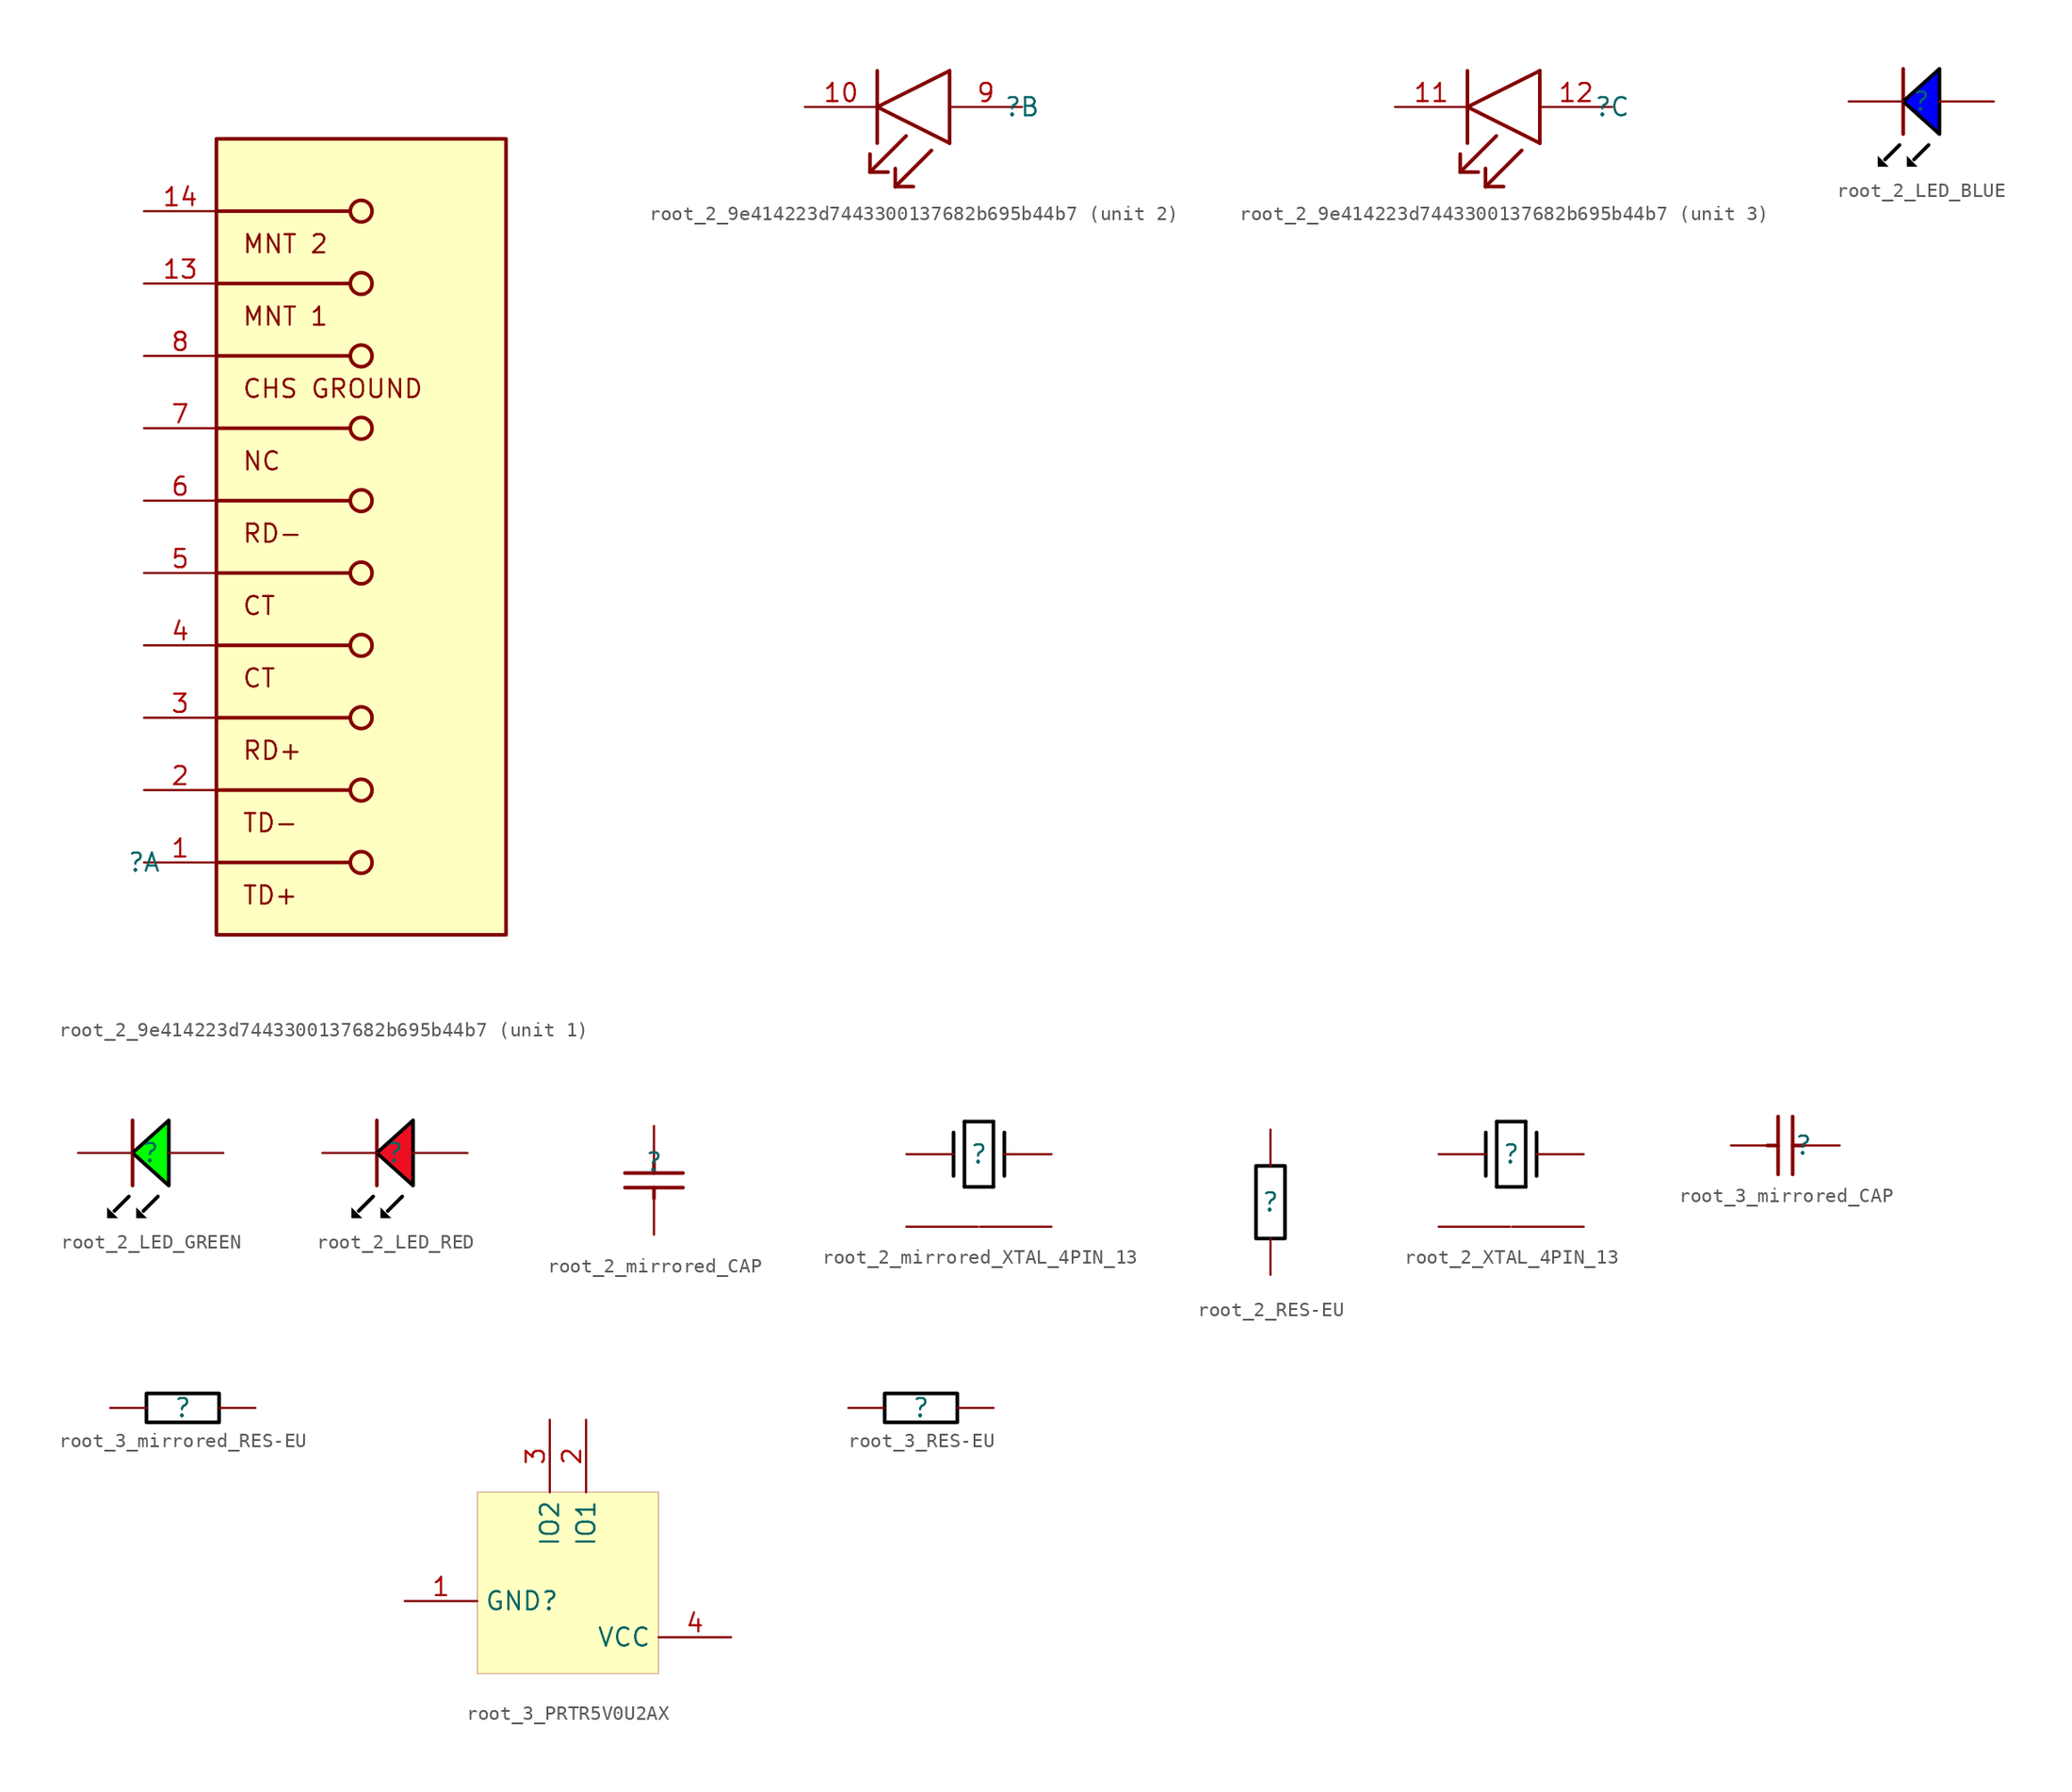
<source format=kicad_sym>
(kicad_symbol_lib
  (version 20231120)
  (generator "kicad_symbol_editor")
  (generator_version "8.0")
  (symbol "root_2_9e414223d7443300137682b695b44b7"
    (property "Reference" ""
      (at 0 0 0)
      (effects (font (size 1.27 1.27))))
    (property "Value" ""
      (at 0 0 0)
      (effects (font (size 1.27 1.27))))
    (symbol "root_2_9e414223d7443300137682b695b44b7_1_0"
      (polyline (pts (xy 14.478 0) (xy 5.08 0)) (stroke (width 0.254) (type solid)) (fill (type none)))
      (polyline (pts (xy 14.478 5.08) (xy 5.08 5.08)) (stroke (width 0.254) (type solid)) (fill (type none)))
      (polyline (pts (xy 14.478 10.16) (xy 5.08 10.16)) (stroke (width 0.254) (type solid)) (fill (type none)))
      (polyline (pts (xy 14.478 15.24) (xy 5.08 15.24)) (stroke (width 0.254) (type solid)) (fill (type none)))
      (polyline (pts (xy 14.478 20.32) (xy 5.08 20.32)) (stroke (width 0.254) (type solid)) (fill (type none)))
      (polyline (pts (xy 14.478 25.4) (xy 5.08 25.4)) (stroke (width 0.254) (type solid)) (fill (type none)))
      (polyline (pts (xy 14.478 30.48) (xy 5.08 30.48)) (stroke (width 0.254) (type solid)) (fill (type none)))
      (polyline (pts (xy 14.478 35.56) (xy 5.08 35.56)) (stroke (width 0.254) (type solid)) (fill (type none)))
      (polyline (pts (xy 14.478 40.64) (xy 5.08 40.64)) (stroke (width 0.254) (type solid)) (fill (type none)))
      (polyline (pts (xy 14.478 45.72) (xy 5.08 45.72)) (stroke (width 0.254) (type solid)) (fill (type none)))
      (circle (center 15.24 0) (radius 0.762) (stroke (width 0.254) (type solid)) (fill (type none)))
      (circle (center 15.24 5.08) (radius 0.762) (stroke (width 0.254) (type solid)) (fill (type none)))
      (circle (center 15.24 10.16) (radius 0.762) (stroke (width 0.254) (type solid)) (fill (type none)))
      (circle (center 15.24 15.24) (radius 0.762) (stroke (width 0.254) (type solid)) (fill (type none)))
      (circle (center 15.24 20.32) (radius 0.762) (stroke (width 0.254) (type solid)) (fill (type none)))
      (circle (center 15.24 25.4) (radius 0.762) (stroke (width 0.254) (type solid)) (fill (type none)))
      (circle (center 15.24 30.48) (radius 0.762) (stroke (width 0.254) (type solid)) (fill (type none)))
      (circle (center 15.24 35.56) (radius 0.762) (stroke (width 0.254) (type solid)) (fill (type none)))
      (circle (center 15.24 40.64) (radius 0.762) (stroke (width 0.254) (type solid)) (fill (type none)))
      (circle (center 15.24 45.72) (radius 0.762) (stroke (width 0.254) (type solid)) (fill (type none)))
      (rectangle (start 25.4 50.8) (end 5.08 -5.08) (stroke (width 0.254) (type solid) (color 128 0 0 1)) (fill (type background)))
      (text "CHS GROUND" (at 6.858 32.512 0) (effects (font (size 1.27 1.27)) (justify left bottom)))
      (text "CT" (at 6.858 12.192 0) (effects (font (size 1.27 1.27)) (justify left bottom)))
      (text "CT" (at 6.858 17.272 0) (effects (font (size 1.27 1.27)) (justify left bottom)))
      (text "MNT 1" (at 6.858 37.592 0) (effects (font (size 1.27 1.27)) (justify left bottom)))
      (text "MNT 2" (at 6.858 42.672 0) (effects (font (size 1.27 1.27)) (justify left bottom)))
      (text "NC" (at 6.858 27.432 0) (effects (font (size 1.27 1.27)) (justify left bottom)))
      (text "RD+" (at 6.858 7.112 0) (effects (font (size 1.27 1.27)) (justify left bottom)))
      (text "RD-" (at 6.858 22.352 0) (effects (font (size 1.27 1.27)) (justify left bottom)))
      (text "TD+" (at 6.858 -3.048 0) (effects (font (size 1.27 1.27)) (justify left bottom)))
      (text "TD-" (at 6.858 2.032 0) (effects (font (size 1.27 1.27)) (justify left bottom)))
      (pin passive line (at 0 0 0) (length 5.08) (name "TD+" (effects (font (size 0 0)))) (number "1" (effects (font (size 1.27 1.27)))))
      (pin passive line (at 0 40.64 0) (length 5.08) (name "MNT_1" (effects (font (size 0 0)))) (number "13" (effects (font (size 1.27 1.27)))))
      (pin passive line (at 0 45.72 0) (length 5.08) (name "MNT_2" (effects (font (size 0 0)))) (number "14" (effects (font (size 1.27 1.27)))))
      (pin passive line (at 0 5.08 0) (length 5.08) (name "TD-" (effects (font (size 0 0)))) (number "2" (effects (font (size 1.27 1.27)))))
      (pin passive line (at 0 10.16 0) (length 5.08) (name "RD+" (effects (font (size 0 0)))) (number "3" (effects (font (size 1.27 1.27)))))
      (pin passive line (at 0 15.24 0) (length 5.08) (name "CT" (effects (font (size 0 0)))) (number "4" (effects (font (size 1.27 1.27)))))
      (pin passive line (at 0 20.32 0) (length 5.08) (name "CT" (effects (font (size 0 0)))) (number "5" (effects (font (size 1.27 1.27)))))
      (pin passive line (at 0 25.4 0) (length 5.08) (name "RD-" (effects (font (size 0 0)))) (number "6" (effects (font (size 1.27 1.27)))))
      (pin passive line (at 0 30.48 0) (length 5.08) (name "NC" (effects (font (size 0 0)))) (number "7" (effects (font (size 1.27 1.27)))))
      (pin passive line (at 0 35.56 0) (length 5.08) (name "CHS_GROUND" (effects (font (size 0 0)))) (number "8" (effects (font (size 1.27 1.27))))))
    (symbol "root_2_9e414223d7443300137682b695b44b7_2_0"
      (polyline (pts (xy -10.668 -4.572) (xy -10.668 -3.302)) (stroke (width 0.254) (type solid)) (fill (type none)))
      (polyline (pts (xy -10.668 -4.572) (xy -9.398 -4.572)) (stroke (width 0.254) (type solid)) (fill (type none)))
      (polyline (pts (xy -10.16 -2.54) (xy -10.16 2.54)) (stroke (width 0.254) (type solid)) (fill (type none)))
      (polyline (pts (xy -8.89 -5.588) (xy -8.89 -4.318)) (stroke (width 0.254) (type solid)) (fill (type none)))
      (polyline (pts (xy -8.89 -5.588) (xy -7.62 -5.588)) (stroke (width 0.254) (type solid)) (fill (type none)))
      (polyline (pts (xy -8.128 -2.032) (xy -10.668 -4.572)) (stroke (width 0.254) (type solid)) (fill (type none)))
      (polyline (pts (xy -6.35 -3.048) (xy -8.89 -5.588)) (stroke (width 0.254) (type solid)) (fill (type none)))
      (polyline (pts (xy -5.08 -2.54) (xy -10.16 0)) (stroke (width 0.254) (type solid)) (fill (type none)))
      (polyline (pts (xy -5.08 -2.54) (xy -5.08 2.54)) (stroke (width 0.254) (type solid)) (fill (type none)))
      (polyline (pts (xy -5.08 2.54) (xy -10.16 0)) (stroke (width 0.254) (type solid)) (fill (type none)))
      (pin passive line (at -15.24 0 0) (length 5.08) (name "GREEN_C" (effects (font (size 0 0)))) (number "10" (effects (font (size 1.27 1.27)))))
      (pin passive line (at 0 0 180) (length 5.08) (name "GREEN_A" (effects (font (size 0 0)))) (number "9" (effects (font (size 1.27 1.27))))))
    (symbol "root_2_9e414223d7443300137682b695b44b7_3_0"
      (polyline (pts (xy -10.668 -4.572) (xy -10.668 -3.302)) (stroke (width 0.254) (type solid)) (fill (type none)))
      (polyline (pts (xy -10.668 -4.572) (xy -9.398 -4.572)) (stroke (width 0.254) (type solid)) (fill (type none)))
      (polyline (pts (xy -10.16 -2.54) (xy -10.16 2.54)) (stroke (width 0.254) (type solid)) (fill (type none)))
      (polyline (pts (xy -8.89 -5.588) (xy -8.89 -4.318)) (stroke (width 0.254) (type solid)) (fill (type none)))
      (polyline (pts (xy -8.89 -5.588) (xy -7.62 -5.588)) (stroke (width 0.254) (type solid)) (fill (type none)))
      (polyline (pts (xy -8.128 -2.032) (xy -10.668 -4.572)) (stroke (width 0.254) (type solid)) (fill (type none)))
      (polyline (pts (xy -6.35 -3.048) (xy -8.89 -5.588)) (stroke (width 0.254) (type solid)) (fill (type none)))
      (polyline (pts (xy -5.08 -2.54) (xy -10.16 0)) (stroke (width 0.254) (type solid)) (fill (type none)))
      (polyline (pts (xy -5.08 -2.54) (xy -5.08 2.54)) (stroke (width 0.254) (type solid)) (fill (type none)))
      (polyline (pts (xy -5.08 2.54) (xy -10.16 0)) (stroke (width 0.254) (type solid)) (fill (type none)))
      (pin passive line (at -15.24 0 0) (length 5.08) (name "YELLOW_CATHODE" (effects (font (size 0 0)))) (number "11" (effects (font (size 1.27 1.27)))))
      (pin passive line (at 0 0 180) (length 5.08) (name "YELLOW_ANODE" (effects (font (size 0 0)))) (number "12" (effects (font (size 1.27 1.27)))))))
  (symbol "root_2_LED_BLUE"
    (property "Reference" ""
      (at 0 0 0)
      (effects (font (size 1.27 1.27))))
    (property "Value" ""
      (at 0 0 0)
      (effects (font (size 1.27 1.27))))
    (symbol "root_2_LED_BLUE_1_0"
      (polyline (pts (xy -2.54 -4.064) (xy -1.524 -3.048)) (stroke (width 0.254) (type solid) (color 0 0 0 1)) (fill (type none)))
      (polyline (pts (xy -1.27 -2.286) (xy -1.27 2.286)) (stroke (width 0.254) (type solid)) (fill (type none)))
      (polyline (pts (xy -0.508 -4.064) (xy 0.508 -3.048)) (stroke (width 0.254) (type solid) (color 0 0 0 1)) (fill (type none)))
      (polyline (pts (xy -2.286 -4.572) (xy -3.048 -4.572) (xy -3.048 -3.81) (xy -2.286 -4.572)) (stroke (width -0.0001) (type solid) (color 0 0 0 1)) (fill (type outline)))
      (polyline (pts (xy -0.254 -4.572) (xy -1.016 -4.572) (xy -1.016 -3.81) (xy -0.254 -4.572)) (stroke (width -0.0001) (type solid) (color 0 0 0 1)) (fill (type outline)))
      (polyline (pts (xy 1.27 -2.286) (xy -1.27 0) (xy 1.27 2.286) (xy 1.27 -2.286)) (stroke (width 0.254) (type solid) (color 0 0 0 1)) (fill (type color) (color 0 0 255 1)))
      (pin passive line (at 5.08 0 180) (length 3.81) (name "A" (effects (font (size 0 0)))) (number "A" (effects (font (size 0 0)))))
      (pin passive line (at -5.08 0 0) (length 3.81) (name "K" (effects (font (size 0 0)))) (number "K" (effects (font (size 0 0)))))))
  (symbol "root_2_LED_GREEN"
    (property "Reference" ""
      (at 0 0 0)
      (effects (font (size 1.27 1.27))))
    (property "Value" ""
      (at 0 0 0)
      (effects (font (size 1.27 1.27))))
    (symbol "root_2_LED_GREEN_1_0"
      (polyline (pts (xy -2.54 -4.064) (xy -1.524 -3.048)) (stroke (width 0.254) (type solid) (color 0 0 0 1)) (fill (type none)))
      (polyline (pts (xy -1.27 -2.286) (xy -1.27 2.286)) (stroke (width 0.254) (type solid)) (fill (type none)))
      (polyline (pts (xy -0.508 -4.064) (xy 0.508 -3.048)) (stroke (width 0.254) (type solid) (color 0 0 0 1)) (fill (type none)))
      (polyline (pts (xy -2.286 -4.572) (xy -3.048 -4.572) (xy -3.048 -3.81) (xy -2.286 -4.572)) (stroke (width -0.0001) (type solid) (color 0 0 0 1)) (fill (type outline)))
      (polyline (pts (xy -0.254 -4.572) (xy -1.016 -4.572) (xy -1.016 -3.81) (xy -0.254 -4.572)) (stroke (width -0.0001) (type solid) (color 0 0 0 1)) (fill (type outline)))
      (polyline (pts (xy 1.27 -2.286) (xy -1.27 0) (xy 1.27 2.286) (xy 1.27 -2.286)) (stroke (width 0.254) (type solid) (color 0 0 0 1)) (fill (type color) (color 0 255 0 1)))
      (pin passive line (at 5.08 0 180) (length 3.81) (name "A" (effects (font (size 0 0)))) (number "A" (effects (font (size 0 0)))))
      (pin passive line (at -5.08 0 0) (length 3.81) (name "K" (effects (font (size 0 0)))) (number "K" (effects (font (size 0 0)))))))
  (symbol "root_2_LED_RED"
    (property "Reference" ""
      (at 0 0 0)
      (effects (font (size 1.27 1.27))))
    (property "Value" ""
      (at 0 0 0)
      (effects (font (size 1.27 1.27))))
    (symbol "root_2_LED_RED_1_0"
      (polyline (pts (xy -2.54 -4.064) (xy -1.524 -3.048)) (stroke (width 0.254) (type solid) (color 0 0 0 1)) (fill (type none)))
      (polyline (pts (xy -1.27 -2.286) (xy -1.27 2.286)) (stroke (width 0.254) (type solid)) (fill (type none)))
      (polyline (pts (xy -0.508 -4.064) (xy 0.508 -3.048)) (stroke (width 0.254) (type solid) (color 0 0 0 1)) (fill (type none)))
      (polyline (pts (xy -2.286 -4.572) (xy -3.048 -4.572) (xy -3.048 -3.81) (xy -2.286 -4.572)) (stroke (width -0.0001) (type solid) (color 0 0 0 1)) (fill (type outline)))
      (polyline (pts (xy -0.254 -4.572) (xy -1.016 -4.572) (xy -1.016 -3.81) (xy -0.254 -4.572)) (stroke (width -0.0001) (type solid) (color 0 0 0 1)) (fill (type outline)))
      (polyline (pts (xy 1.27 -2.286) (xy -1.27 0) (xy 1.27 2.286) (xy 1.27 -2.286)) (stroke (width 0.254) (type solid) (color 0 0 0 1)) (fill (type color) (color 238 14 34 1)))
      (pin passive line (at 5.08 0 180) (length 3.81) (name "A" (effects (font (size 0 0)))) (number "A" (effects (font (size 0 0)))))
      (pin passive line (at -5.08 0 0) (length 3.81) (name "K" (effects (font (size 0 0)))) (number "K" (effects (font (size 0 0)))))))
  (symbol "root_2_mirrored_CAP"
    (property "Reference" ""
      (at 0 0 0)
      (effects (font (size 1.27 1.27))))
    (property "Value" ""
      (at 0 0 0)
      (effects (font (size 1.27 1.27))))
    (symbol "root_2_mirrored_CAP_1_0"
      (polyline (pts (xy -2.032 -1.778) (xy 2.032 -1.778)) (stroke (width 0.254) (type solid)) (fill (type none)))
      (polyline (pts (xy 0 -2.54) (xy 0 -1.778)) (stroke (width 0.254) (type solid)) (fill (type none)))
      (polyline (pts (xy 0 0) (xy 0 -0.762)) (stroke (width 0.254) (type solid)) (fill (type none)))
      (polyline (pts (xy 2.032 -0.762) (xy -2.032 -0.762)) (stroke (width 0.254) (type solid)) (fill (type none)))
      (pin passive line (at 0 -5.08 90) (length 2.54) (name "1" (effects (font (size 0 0)))) (number "1" (effects (font (size 0 0)))))
      (pin passive line (at 0 2.54 270) (length 2.54) (name "2" (effects (font (size 0 0)))) (number "2" (effects (font (size 0 0)))))))
  (symbol "root_2_mirrored_XTAL_4PIN_13"
    (property "Reference" ""
      (at 0 0 0)
      (effects (font (size 1.27 1.27))))
    (property "Value" ""
      (at 0 0 0)
      (effects (font (size 1.27 1.27))))
    (symbol "root_2_mirrored_XTAL_4PIN_13_1_0"
      (polyline (pts (xy -1.778 -1.524) (xy -1.778 1.524)) (stroke (width 0.254) (type solid) (color 0 0 0 1)) (fill (type none)))
      (polyline (pts (xy -1.016 -2.286) (xy -1.016 2.286)) (stroke (width 0.254) (type solid) (color 0 0 0 1)) (fill (type none)))
      (polyline (pts (xy -1.016 -2.286) (xy 1.016 -2.286)) (stroke (width 0.254) (type solid) (color 0 0 0 1)) (fill (type none)))
      (polyline (pts (xy -1.016 2.286) (xy 1.016 2.286)) (stroke (width 0.254) (type solid) (color 0 0 0 1)) (fill (type none)))
      (polyline (pts (xy 1.016 -2.286) (xy 1.016 2.286)) (stroke (width 0.254) (type solid) (color 0 0 0 1)) (fill (type none)))
      (polyline (pts (xy 1.778 -1.524) (xy 1.778 1.524)) (stroke (width 0.254) (type solid) (color 0 0 0 1)) (fill (type none)))
      (pin passive line (at -5.08 0 0) (length 3.302) (name "IN" (effects (font (size 0 0)))) (number "1" (effects (font (size 0 0)))))
      (pin power_in line (at -5.08 -5.08 0) (length 5) (name "GND" (effects (font (size 0 0)))) (number "2" (effects (font (size 0 0)))))
      (pin passive line (at 5.08 0 180) (length 3.302) (name "OUT" (effects (font (size 0 0)))) (number "3" (effects (font (size 0 0)))))
      (pin power_in line (at 5.08 -5.08 180) (length 5) (name "GND" (effects (font (size 0 0)))) (number "4" (effects (font (size 0 0)))))))
  (symbol "root_2_RES-EU"
    (property "Reference" ""
      (at 0 0 0)
      (effects (font (size 1.27 1.27))))
    (property "Value" ""
      (at 0 0 0)
      (effects (font (size 1.27 1.27))))
    (symbol "root_2_RES-EU_1_0"
      (rectangle (start 1.016 2.54) (end -1.016 -2.54) (stroke (width 0.254) (type solid) (color 0 0 0 1)) (fill (type none)))
      (pin passive line (at 0 -5.08 90) (length 2.54) (name "1" (effects (font (size 0 0)))) (number "1" (effects (font (size 0 0)))))
      (pin passive line (at 0 5.08 270) (length 2.54) (name "2" (effects (font (size 0 0)))) (number "2" (effects (font (size 0 0)))))))
  (symbol "root_2_XTAL_4PIN_13"
    (property "Reference" ""
      (at 0 0 0)
      (effects (font (size 1.27 1.27))))
    (property "Value" ""
      (at 0 0 0)
      (effects (font (size 1.27 1.27))))
    (symbol "root_2_XTAL_4PIN_13_1_0"
      (polyline (pts (xy -1.778 -1.524) (xy -1.778 1.524)) (stroke (width 0.254) (type solid) (color 0 0 0 1)) (fill (type none)))
      (polyline (pts (xy -1.016 -2.286) (xy -1.016 2.286)) (stroke (width 0.254) (type solid) (color 0 0 0 1)) (fill (type none)))
      (polyline (pts (xy 1.016 -2.286) (xy -1.016 -2.286)) (stroke (width 0.254) (type solid) (color 0 0 0 1)) (fill (type none)))
      (polyline (pts (xy 1.016 -2.286) (xy 1.016 2.286)) (stroke (width 0.254) (type solid) (color 0 0 0 1)) (fill (type none)))
      (polyline (pts (xy 1.016 2.286) (xy -1.016 2.286)) (stroke (width 0.254) (type solid) (color 0 0 0 1)) (fill (type none)))
      (polyline (pts (xy 1.778 -1.524) (xy 1.778 1.524)) (stroke (width 0.254) (type solid) (color 0 0 0 1)) (fill (type none)))
      (pin passive line (at 5.08 0 180) (length 3.302) (name "IN" (effects (font (size 0 0)))) (number "1" (effects (font (size 0 0)))))
      (pin power_in line (at 5.08 -5.08 180) (length 5) (name "GND" (effects (font (size 0 0)))) (number "2" (effects (font (size 0 0)))))
      (pin passive line (at -5.08 0 0) (length 3.302) (name "OUT" (effects (font (size 0 0)))) (number "3" (effects (font (size 0 0)))))
      (pin power_in line (at -5.08 -5.08 0) (length 5) (name "GND" (effects (font (size 0 0)))) (number "4" (effects (font (size 0 0)))))))
  (symbol "root_3_mirrored_CAP"
    (property "Reference" ""
      (at 0 0 0)
      (effects (font (size 1.27 1.27))))
    (property "Value" ""
      (at 0 0 0)
      (effects (font (size 1.27 1.27))))
    (symbol "root_3_mirrored_CAP_1_0"
      (polyline (pts (xy -2.54 0) (xy -1.778 0)) (stroke (width 0.254) (type solid)) (fill (type none)))
      (polyline (pts (xy -1.778 2.032) (xy -1.778 -2.032)) (stroke (width 0.254) (type solid)) (fill (type none)))
      (polyline (pts (xy -0.762 -2.032) (xy -0.762 2.032)) (stroke (width 0.254) (type solid)) (fill (type none)))
      (polyline (pts (xy 0 0) (xy -0.762 0)) (stroke (width 0.254) (type solid)) (fill (type none)))
      (pin passive line (at -5.08 0 0) (length 2.54) (name "1" (effects (font (size 0 0)))) (number "1" (effects (font (size 0 0)))))
      (pin passive line (at 2.54 0 180) (length 2.54) (name "2" (effects (font (size 0 0)))) (number "2" (effects (font (size 0 0)))))))
  (symbol "root_3_mirrored_RES-EU"
    (property "Reference" ""
      (at 0 0 0)
      (effects (font (size 1.27 1.27))))
    (property "Value" ""
      (at 0 0 0)
      (effects (font (size 1.27 1.27))))
    (symbol "root_3_mirrored_RES-EU_1_0"
      (rectangle (start 2.54 1.016) (end -2.54 -1.016) (stroke (width 0.254) (type solid) (color 0 0 0 1)) (fill (type none)))
      (pin passive line (at -5.08 0 0) (length 2.54) (name "1" (effects (font (size 0 0)))) (number "1" (effects (font (size 0 0)))))
      (pin passive line (at 5.08 0 180) (length 2.54) (name "2" (effects (font (size 0 0)))) (number "2" (effects (font (size 0 0)))))))
  (symbol "root_3_PRTR5V0U2AX"
    (property "Reference" ""
      (at 0 0 0)
      (effects (font (size 1.27 1.27))))
    (property "Value" ""
      (at 0 0 0)
      (effects (font (size 1.27 1.27))))
    (symbol "root_3_PRTR5V0U2AX_1_0"
      (rectangle (start 7.62 7.62) (end -5.08 -5.08) (stroke (width 0.025) (type solid) (color 128 0 0 1)) (fill (type background)))
      (pin power_in line (at -10.16 0 0) (length 5.08) (name "GND" (effects (font (size 1.27 1.27)))) (number "1" (effects (font (size 1.27 1.27)))))
      (pin passive line (at 2.54 12.7 270) (length 5.08) (name "IO1" (effects (font (size 1.27 1.27)))) (number "2" (effects (font (size 1.27 1.27)))))
      (pin passive line (at 0 12.7 270) (length 5.08) (name "IO2" (effects (font (size 1.27 1.27)))) (number "3" (effects (font (size 1.27 1.27)))))
      (pin power_in line (at 12.7 -2.54 180) (length 5.08) (name "VCC" (effects (font (size 1.27 1.27)))) (number "4" (effects (font (size 1.27 1.27)))))))
  (symbol "root_3_RES-EU"
    (property "Reference" ""
      (at 0 0 0)
      (effects (font (size 1.27 1.27))))
    (property "Value" ""
      (at 0 0 0)
      (effects (font (size 1.27 1.27))))
    (symbol "root_3_RES-EU_1_0"
      (rectangle (start 2.54 1.016) (end -2.54 -1.016) (stroke (width 0.254) (type solid) (color 0 0 0 1)) (fill (type none)))
      (pin passive line (at 5.08 0 180) (length 2.54) (name "1" (effects (font (size 0 0)))) (number "1" (effects (font (size 0 0)))))
      (pin passive line (at -5.08 0 0) (length 2.54) (name "2" (effects (font (size 0 0)))) (number "2" (effects (font (size 0 0))))))))
</source>
